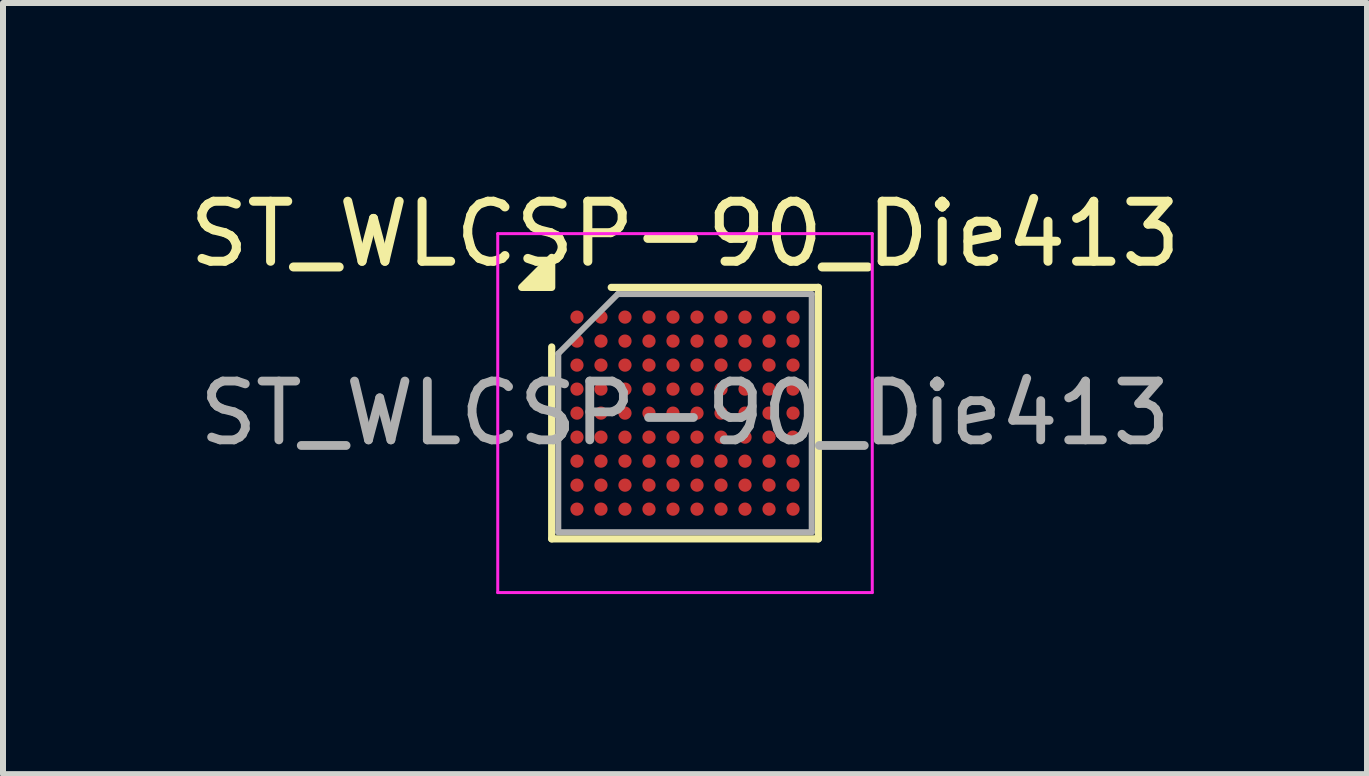
<source format=kicad_pcb>
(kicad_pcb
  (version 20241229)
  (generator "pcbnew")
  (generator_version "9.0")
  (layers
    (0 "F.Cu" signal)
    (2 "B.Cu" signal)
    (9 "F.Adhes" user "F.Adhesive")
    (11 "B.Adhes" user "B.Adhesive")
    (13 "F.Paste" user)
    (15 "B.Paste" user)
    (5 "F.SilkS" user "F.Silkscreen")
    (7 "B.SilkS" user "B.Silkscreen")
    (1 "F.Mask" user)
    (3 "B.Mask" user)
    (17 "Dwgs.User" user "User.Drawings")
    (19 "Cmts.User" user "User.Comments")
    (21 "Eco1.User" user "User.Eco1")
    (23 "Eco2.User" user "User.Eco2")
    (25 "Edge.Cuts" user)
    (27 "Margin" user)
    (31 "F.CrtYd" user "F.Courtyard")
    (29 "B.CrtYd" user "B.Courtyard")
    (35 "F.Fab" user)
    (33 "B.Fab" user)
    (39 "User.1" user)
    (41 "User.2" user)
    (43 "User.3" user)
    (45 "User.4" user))
  (footprint "ST_WLCSP-90_Die413"
    (layer "F.Cu")
    (at 8.363 3.833)
    (property "Reference" "ST_WLCSP-90_Die413" (at 0 -2.985 0) (layer "F.SilkS") (effects (font (size 1 1) (thickness 0.15))))
    (attr smd)
    (fp_line (start -2.221 2.095) (end -2.221 -1.102) (stroke (width 0.12) (type solid)) (layer "F.SilkS"))
    (fp_line (start -1.229 -2.095) (end 2.221 -2.095) (stroke (width 0.12) (type solid)) (layer "F.SilkS"))
    (fp_line (start 2.221 -2.095) (end 2.221 2.095) (stroke (width 0.12) (type solid)) (layer "F.SilkS"))
    (fp_line (start 2.221 2.095) (end -2.221 2.095) (stroke (width 0.12) (type solid)) (layer "F.SilkS"))
    (fp_poly (pts (xy -2.221 -2.095) (xy -2.721 -2.095) (xy -2.221 -2.595) (xy -2.221 -2.095)) (stroke (width 0.12) (type solid)) (fill yes) (layer "F.SilkS"))
    (fp_line (start -3.12 -2.99) (end -3.12 2.99) (stroke (width 0.05) (type solid)) (layer "F.CrtYd"))
    (fp_line (start -3.12 2.99) (end 3.12 2.99) (stroke (width 0.05) (type solid)) (layer "F.CrtYd"))
    (fp_line (start 3.12 -2.99) (end -3.12 -2.99) (stroke (width 0.05) (type solid)) (layer "F.CrtYd"))
    (fp_line (start 3.12 2.99) (end 3.12 -2.99) (stroke (width 0.05) (type solid)) (layer "F.CrtYd"))
    (fp_line (start -2.111 -0.992) (end -1.119 -1.984) (stroke (width 0.1) (type solid)) (layer "F.Fab"))
    (fp_line (start -2.111 1.984) (end -2.111 -0.992) (stroke (width 0.1) (type solid)) (layer "F.Fab"))
    (fp_line (start -1.119 -1.984) (end 2.111 -1.984) (stroke (width 0.1) (type solid)) (layer "F.Fab"))
    (fp_line (start 2.111 -1.984) (end 2.111 1.984) (stroke (width 0.1) (type solid)) (layer "F.Fab"))
    (fp_line (start 2.111 1.984) (end -2.111 1.984) (stroke (width 0.1) (type solid)) (layer "F.Fab"))
    (fp_text user "${REFERENCE}" (at 0 0 0) (layer "F.Fab") (effects (font (size 0.98 0.98) (thickness 0.147))))
    (pad "A1" smd circle (at -1.8 -1.6) (size 0.22 0.22) (property pad_prop_bga) (layers "F.Cu" "F.Mask" "F.Paste"))
    (pad "A2" smd circle (at -1.4 -1.6) (size 0.22 0.22) (property pad_prop_bga) (layers "F.Cu" "F.Mask" "F.Paste"))
    (pad "A3" smd circle (at -1 -1.6) (size 0.22 0.22) (property pad_prop_bga) (layers "F.Cu" "F.Mask" "F.Paste"))
    (pad "A4" smd circle (at -0.6 -1.6) (size 0.22 0.22) (property pad_prop_bga) (layers "F.Cu" "F.Mask" "F.Paste"))
    (pad "A5" smd circle (at -0.2 -1.6) (size 0.22 0.22) (property pad_prop_bga) (layers "F.Cu" "F.Mask" "F.Paste"))
    (pad "A6" smd circle (at 0.2 -1.6) (size 0.22 0.22) (property pad_prop_bga) (layers "F.Cu" "F.Mask" "F.Paste"))
    (pad "A7" smd circle (at 0.6 -1.6) (size 0.22 0.22) (property pad_prop_bga) (layers "F.Cu" "F.Mask" "F.Paste"))
    (pad "A8" smd circle (at 1 -1.6) (size 0.22 0.22) (property pad_prop_bga) (layers "F.Cu" "F.Mask" "F.Paste"))
    (pad "A9" smd circle (at 1.4 -1.6) (size 0.22 0.22) (property pad_prop_bga) (layers "F.Cu" "F.Mask" "F.Paste"))
    (pad "A10" smd circle (at 1.8 -1.6) (size 0.22 0.22) (property pad_prop_bga) (layers "F.Cu" "F.Mask" "F.Paste"))
    (pad "B1" smd circle (at -1.8 -1.2) (size 0.22 0.22) (property pad_prop_bga) (layers "F.Cu" "F.Mask" "F.Paste"))
    (pad "B2" smd circle (at -1.4 -1.2) (size 0.22 0.22) (property pad_prop_bga) (layers "F.Cu" "F.Mask" "F.Paste"))
    (pad "B3" smd circle (at -1 -1.2) (size 0.22 0.22) (property pad_prop_bga) (layers "F.Cu" "F.Mask" "F.Paste"))
    (pad "B4" smd circle (at -0.6 -1.2) (size 0.22 0.22) (property pad_prop_bga) (layers "F.Cu" "F.Mask" "F.Paste"))
    (pad "B5" smd circle (at -0.2 -1.2) (size 0.22 0.22) (property pad_prop_bga) (layers "F.Cu" "F.Mask" "F.Paste"))
    (pad "B6" smd circle (at 0.2 -1.2) (size 0.22 0.22) (property pad_prop_bga) (layers "F.Cu" "F.Mask" "F.Paste"))
    (pad "B7" smd circle (at 0.6 -1.2) (size 0.22 0.22) (property pad_prop_bga) (layers "F.Cu" "F.Mask" "F.Paste"))
    (pad "B8" smd circle (at 1 -1.2) (size 0.22 0.22) (property pad_prop_bga) (layers "F.Cu" "F.Mask" "F.Paste"))
    (pad "B9" smd circle (at 1.4 -1.2) (size 0.22 0.22) (property pad_prop_bga) (layers "F.Cu" "F.Mask" "F.Paste"))
    (pad "B10" smd circle (at 1.8 -1.2) (size 0.22 0.22) (property pad_prop_bga) (layers "F.Cu" "F.Mask" "F.Paste"))
    (pad "C1" smd circle (at -1.8 -0.8) (size 0.22 0.22) (property pad_prop_bga) (layers "F.Cu" "F.Mask" "F.Paste"))
    (pad "C2" smd circle (at -1.4 -0.8) (size 0.22 0.22) (property pad_prop_bga) (layers "F.Cu" "F.Mask" "F.Paste"))
    (pad "C3" smd circle (at -1 -0.8) (size 0.22 0.22) (property pad_prop_bga) (layers "F.Cu" "F.Mask" "F.Paste"))
    (pad "C4" smd circle (at -0.6 -0.8) (size 0.22 0.22) (property pad_prop_bga) (layers "F.Cu" "F.Mask" "F.Paste"))
    (pad "C5" smd circle (at -0.2 -0.8) (size 0.22 0.22) (property pad_prop_bga) (layers "F.Cu" "F.Mask" "F.Paste"))
    (pad "C6" smd circle (at 0.2 -0.8) (size 0.22 0.22) (property pad_prop_bga) (layers "F.Cu" "F.Mask" "F.Paste"))
    (pad "C7" smd circle (at 0.6 -0.8) (size 0.22 0.22) (property pad_prop_bga) (layers "F.Cu" "F.Mask" "F.Paste"))
    (pad "C8" smd circle (at 1 -0.8) (size 0.22 0.22) (property pad_prop_bga) (layers "F.Cu" "F.Mask" "F.Paste"))
    (pad "C9" smd circle (at 1.4 -0.8) (size 0.22 0.22) (property pad_prop_bga) (layers "F.Cu" "F.Mask" "F.Paste"))
    (pad "C10" smd circle (at 1.8 -0.8) (size 0.22 0.22) (property pad_prop_bga) (layers "F.Cu" "F.Mask" "F.Paste"))
    (pad "D1" smd circle (at -1.8 -0.4) (size 0.22 0.22) (property pad_prop_bga) (layers "F.Cu" "F.Mask" "F.Paste"))
    (pad "D2" smd circle (at -1.4 -0.4) (size 0.22 0.22) (property pad_prop_bga) (layers "F.Cu" "F.Mask" "F.Paste"))
    (pad "D3" smd circle (at -1 -0.4) (size 0.22 0.22) (property pad_prop_bga) (layers "F.Cu" "F.Mask" "F.Paste"))
    (pad "D4" smd circle (at -0.6 -0.4) (size 0.22 0.22) (property pad_prop_bga) (layers "F.Cu" "F.Mask" "F.Paste"))
    (pad "D5" smd circle (at -0.2 -0.4) (size 0.22 0.22) (property pad_prop_bga) (layers "F.Cu" "F.Mask" "F.Paste"))
    (pad "D6" smd circle (at 0.2 -0.4) (size 0.22 0.22) (property pad_prop_bga) (layers "F.Cu" "F.Mask" "F.Paste"))
    (pad "D7" smd circle (at 0.6 -0.4) (size 0.22 0.22) (property pad_prop_bga) (layers "F.Cu" "F.Mask" "F.Paste"))
    (pad "D8" smd circle (at 1 -0.4) (size 0.22 0.22) (property pad_prop_bga) (layers "F.Cu" "F.Mask" "F.Paste"))
    (pad "D9" smd circle (at 1.4 -0.4) (size 0.22 0.22) (property pad_prop_bga) (layers "F.Cu" "F.Mask" "F.Paste"))
    (pad "D10" smd circle (at 1.8 -0.4) (size 0.22 0.22) (property pad_prop_bga) (layers "F.Cu" "F.Mask" "F.Paste"))
    (pad "E1" smd circle (at -1.8 0) (size 0.22 0.22) (property pad_prop_bga) (layers "F.Cu" "F.Mask" "F.Paste"))
    (pad "E2" smd circle (at -1.4 0) (size 0.22 0.22) (property pad_prop_bga) (layers "F.Cu" "F.Mask" "F.Paste"))
    (pad "E3" smd circle (at -1 0) (size 0.22 0.22) (property pad_prop_bga) (layers "F.Cu" "F.Mask" "F.Paste"))
    (pad "E4" smd circle (at -0.6 0) (size 0.22 0.22) (property pad_prop_bga) (layers "F.Cu" "F.Mask" "F.Paste"))
    (pad "E5" smd circle (at -0.2 0) (size 0.22 0.22) (property pad_prop_bga) (layers "F.Cu" "F.Mask" "F.Paste"))
    (pad "E6" smd circle (at 0.2 0) (size 0.22 0.22) (property pad_prop_bga) (layers "F.Cu" "F.Mask" "F.Paste"))
    (pad "E7" smd circle (at 0.6 0) (size 0.22 0.22) (property pad_prop_bga) (layers "F.Cu" "F.Mask" "F.Paste"))
    (pad "E8" smd circle (at 1 0) (size 0.22 0.22) (property pad_prop_bga) (layers "F.Cu" "F.Mask" "F.Paste"))
    (pad "E9" smd circle (at 1.4 0) (size 0.22 0.22) (property pad_prop_bga) (layers "F.Cu" "F.Mask" "F.Paste"))
    (pad "E10" smd circle (at 1.8 0) (size 0.22 0.22) (property pad_prop_bga) (layers "F.Cu" "F.Mask" "F.Paste"))
    (pad "F1" smd circle (at -1.8 0.4) (size 0.22 0.22) (property pad_prop_bga) (layers "F.Cu" "F.Mask" "F.Paste"))
    (pad "F2" smd circle (at -1.4 0.4) (size 0.22 0.22) (property pad_prop_bga) (layers "F.Cu" "F.Mask" "F.Paste"))
    (pad "F3" smd circle (at -1 0.4) (size 0.22 0.22) (property pad_prop_bga) (layers "F.Cu" "F.Mask" "F.Paste"))
    (pad "F4" smd circle (at -0.6 0.4) (size 0.22 0.22) (property pad_prop_bga) (layers "F.Cu" "F.Mask" "F.Paste"))
    (pad "F5" smd circle (at -0.2 0.4) (size 0.22 0.22) (property pad_prop_bga) (layers "F.Cu" "F.Mask" "F.Paste"))
    (pad "F6" smd circle (at 0.2 0.4) (size 0.22 0.22) (property pad_prop_bga) (layers "F.Cu" "F.Mask" "F.Paste"))
    (pad "F7" smd circle (at 0.6 0.4) (size 0.22 0.22) (property pad_prop_bga) (layers "F.Cu" "F.Mask" "F.Paste"))
    (pad "F8" smd circle (at 1 0.4) (size 0.22 0.22) (property pad_prop_bga) (layers "F.Cu" "F.Mask" "F.Paste"))
    (pad "F9" smd circle (at 1.4 0.4) (size 0.22 0.22) (property pad_prop_bga) (layers "F.Cu" "F.Mask" "F.Paste"))
    (pad "F10" smd circle (at 1.8 0.4) (size 0.22 0.22) (property pad_prop_bga) (layers "F.Cu" "F.Mask" "F.Paste"))
    (pad "G1" smd circle (at -1.8 0.8) (size 0.22 0.22) (property pad_prop_bga) (layers "F.Cu" "F.Mask" "F.Paste"))
    (pad "G2" smd circle (at -1.4 0.8) (size 0.22 0.22) (property pad_prop_bga) (layers "F.Cu" "F.Mask" "F.Paste"))
    (pad "G3" smd circle (at -1 0.8) (size 0.22 0.22) (property pad_prop_bga) (layers "F.Cu" "F.Mask" "F.Paste"))
    (pad "G4" smd circle (at -0.6 0.8) (size 0.22 0.22) (property pad_prop_bga) (layers "F.Cu" "F.Mask" "F.Paste"))
    (pad "G5" smd circle (at -0.2 0.8) (size 0.22 0.22) (property pad_prop_bga) (layers "F.Cu" "F.Mask" "F.Paste"))
    (pad "G6" smd circle (at 0.2 0.8) (size 0.22 0.22) (property pad_prop_bga) (layers "F.Cu" "F.Mask" "F.Paste"))
    (pad "G7" smd circle (at 0.6 0.8) (size 0.22 0.22) (property pad_prop_bga) (layers "F.Cu" "F.Mask" "F.Paste"))
    (pad "G8" smd circle (at 1 0.8) (size 0.22 0.22) (property pad_prop_bga) (layers "F.Cu" "F.Mask" "F.Paste"))
    (pad "G9" smd circle (at 1.4 0.8) (size 0.22 0.22) (property pad_prop_bga) (layers "F.Cu" "F.Mask" "F.Paste"))
    (pad "G10" smd circle (at 1.8 0.8) (size 0.22 0.22) (property pad_prop_bga) (layers "F.Cu" "F.Mask" "F.Paste"))
    (pad "H1" smd circle (at -1.8 1.2) (size 0.22 0.22) (property pad_prop_bga) (layers "F.Cu" "F.Mask" "F.Paste"))
    (pad "H2" smd circle (at -1.4 1.2) (size 0.22 0.22) (property pad_prop_bga) (layers "F.Cu" "F.Mask" "F.Paste"))
    (pad "H3" smd circle (at -1 1.2) (size 0.22 0.22) (property pad_prop_bga) (layers "F.Cu" "F.Mask" "F.Paste"))
    (pad "H4" smd circle (at -0.6 1.2) (size 0.22 0.22) (property pad_prop_bga) (layers "F.Cu" "F.Mask" "F.Paste"))
    (pad "H5" smd circle (at -0.2 1.2) (size 0.22 0.22) (property pad_prop_bga) (layers "F.Cu" "F.Mask" "F.Paste"))
    (pad "H6" smd circle (at 0.2 1.2) (size 0.22 0.22) (property pad_prop_bga) (layers "F.Cu" "F.Mask" "F.Paste"))
    (pad "H7" smd circle (at 0.6 1.2) (size 0.22 0.22) (property pad_prop_bga) (layers "F.Cu" "F.Mask" "F.Paste"))
    (pad "H8" smd circle (at 1 1.2) (size 0.22 0.22) (property pad_prop_bga) (layers "F.Cu" "F.Mask" "F.Paste"))
    (pad "H9" smd circle (at 1.4 1.2) (size 0.22 0.22) (property pad_prop_bga) (layers "F.Cu" "F.Mask" "F.Paste"))
    (pad "H10" smd circle (at 1.8 1.2) (size 0.22 0.22) (property pad_prop_bga) (layers "F.Cu" "F.Mask" "F.Paste"))
    (pad "J1" smd circle (at -1.8 1.6) (size 0.22 0.22) (property pad_prop_bga) (layers "F.Cu" "F.Mask" "F.Paste"))
    (pad "J2" smd circle (at -1.4 1.6) (size 0.22 0.22) (property pad_prop_bga) (layers "F.Cu" "F.Mask" "F.Paste"))
    (pad "J3" smd circle (at -1 1.6) (size 0.22 0.22) (property pad_prop_bga) (layers "F.Cu" "F.Mask" "F.Paste"))
    (pad "J4" smd circle (at -0.6 1.6) (size 0.22 0.22) (property pad_prop_bga) (layers "F.Cu" "F.Mask" "F.Paste"))
    (pad "J5" smd circle (at -0.2 1.6) (size 0.22 0.22) (property pad_prop_bga) (layers "F.Cu" "F.Mask" "F.Paste"))
    (pad "J6" smd circle (at 0.2 1.6) (size 0.22 0.22) (property pad_prop_bga) (layers "F.Cu" "F.Mask" "F.Paste"))
    (pad "J7" smd circle (at 0.6 1.6) (size 0.22 0.22) (property pad_prop_bga) (layers "F.Cu" "F.Mask" "F.Paste"))
    (pad "J8" smd circle (at 1 1.6) (size 0.22 0.22) (property pad_prop_bga) (layers "F.Cu" "F.Mask" "F.Paste"))
    (pad "J9" smd circle (at 1.4 1.6) (size 0.22 0.22) (property pad_prop_bga) (layers "F.Cu" "F.Mask" "F.Paste"))
    (pad "J10" smd circle (at 1.8 1.6) (size 0.22 0.22) (property pad_prop_bga) (layers "F.Cu" "F.Mask" "F.Paste")))
  (gr_rect
    (start -3 -3)
    (end 19.726 9.848)
    (stroke (width 0.1) (type default))
    (fill no)
    (layer "Edge.Cuts")))
</source>
